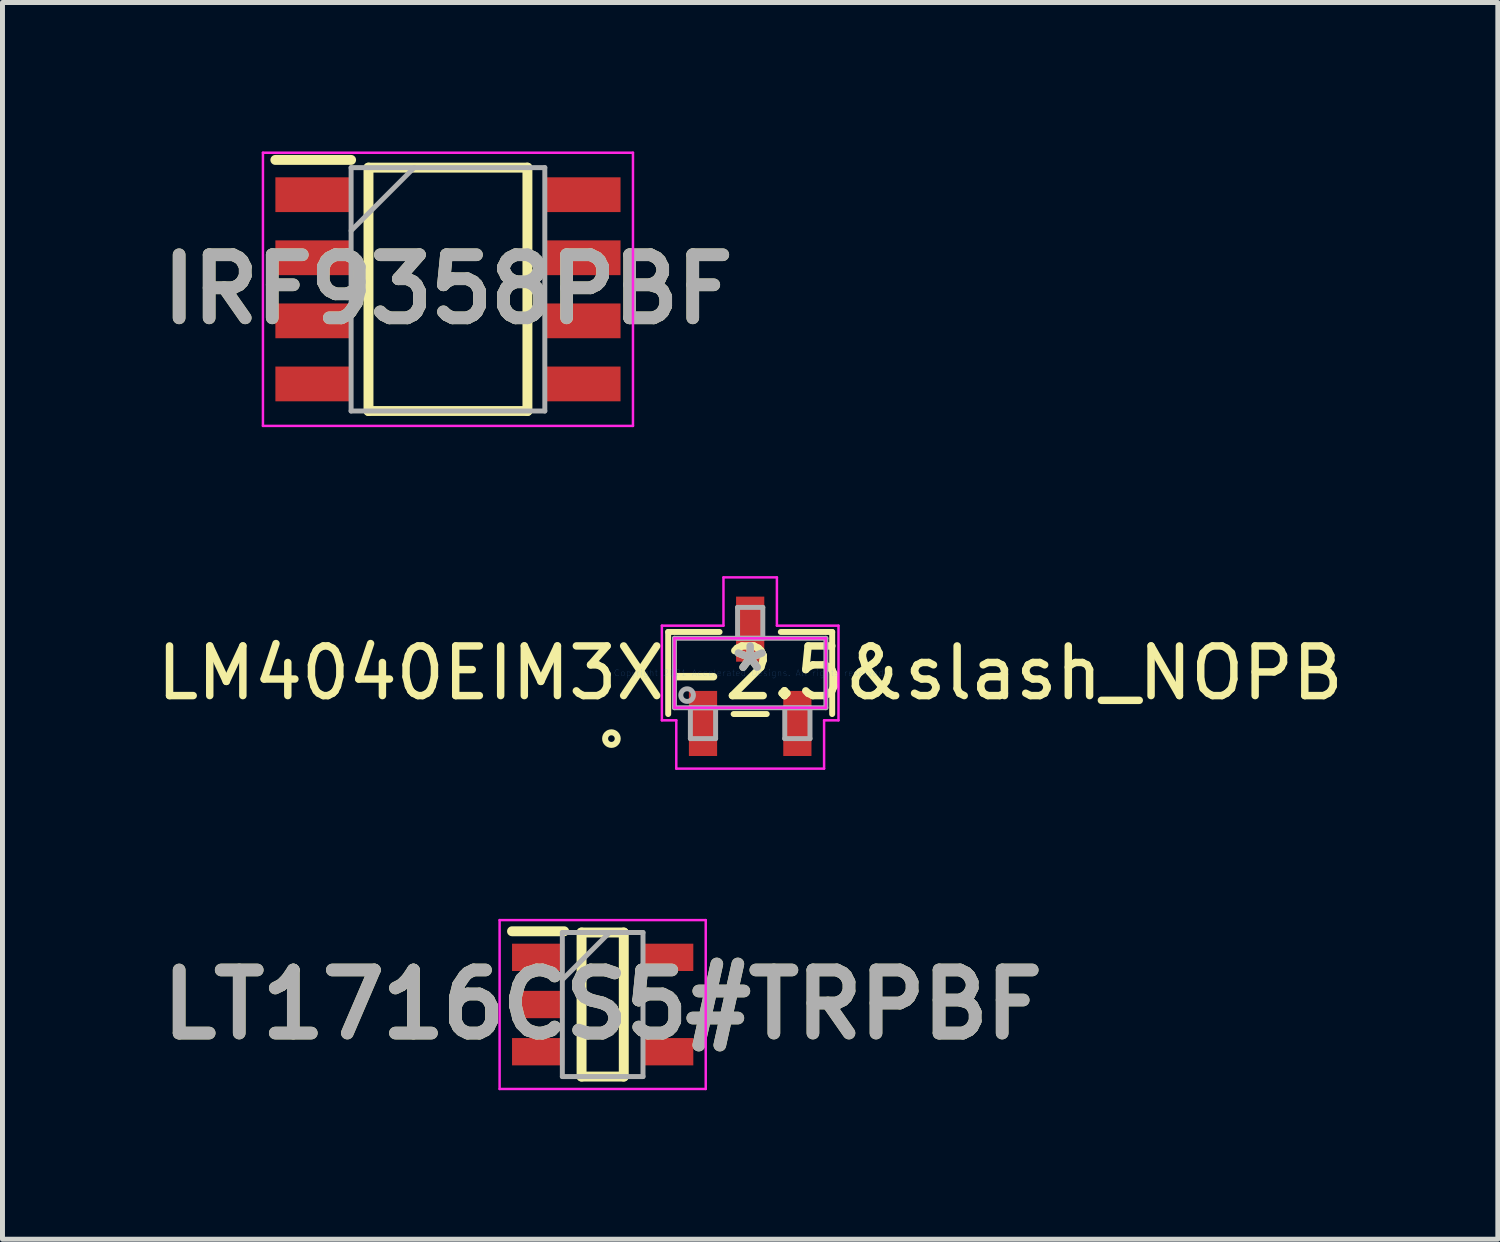
<source format=kicad_pcb>
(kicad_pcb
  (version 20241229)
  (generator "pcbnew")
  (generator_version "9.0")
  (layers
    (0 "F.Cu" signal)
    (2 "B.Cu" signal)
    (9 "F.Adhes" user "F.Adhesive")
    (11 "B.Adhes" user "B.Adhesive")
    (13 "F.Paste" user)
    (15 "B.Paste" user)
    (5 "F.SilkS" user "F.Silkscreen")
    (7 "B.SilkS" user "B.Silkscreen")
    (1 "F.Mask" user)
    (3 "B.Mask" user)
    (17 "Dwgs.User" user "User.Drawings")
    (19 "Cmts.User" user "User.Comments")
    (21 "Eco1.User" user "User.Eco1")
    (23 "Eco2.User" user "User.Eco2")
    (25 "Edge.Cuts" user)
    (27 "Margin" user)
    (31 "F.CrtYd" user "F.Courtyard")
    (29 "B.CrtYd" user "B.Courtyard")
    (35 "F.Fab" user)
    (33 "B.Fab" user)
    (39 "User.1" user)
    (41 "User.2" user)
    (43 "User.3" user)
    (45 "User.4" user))
  (footprint "IRF9358PBF"
    (layer "F.Cu")
    (at 5.969 2.775)
    (property "Reference" "IRF9358PBF" (at 0 0 0) (layer "F.SilkS") (effects (font (size 1.27 1.27) (thickness 0.254))))
    (attr smd)
    (fp_line (start -3.475 -2.605) (end -1.95 -2.605) (stroke (width 0.2) (type solid)) (layer "F.SilkS"))
    (fp_line (start -1.6 -2.45) (end 1.6 -2.45) (stroke (width 0.2) (type solid)) (layer "F.SilkS"))
    (fp_line (start -1.6 2.45) (end -1.6 -2.45) (stroke (width 0.2) (type solid)) (layer "F.SilkS"))
    (fp_line (start 1.6 -2.45) (end 1.6 2.45) (stroke (width 0.2) (type solid)) (layer "F.SilkS"))
    (fp_line (start 1.6 2.45) (end -1.6 2.45) (stroke (width 0.2) (type solid)) (layer "F.SilkS"))
    (fp_line (start -3.725 -2.75) (end 3.725 -2.75) (stroke (width 0.05) (type solid)) (layer "F.CrtYd"))
    (fp_line (start -3.725 2.75) (end -3.725 -2.75) (stroke (width 0.05) (type solid)) (layer "F.CrtYd"))
    (fp_line (start 3.725 -2.75) (end 3.725 2.75) (stroke (width 0.05) (type solid)) (layer "F.CrtYd"))
    (fp_line (start 3.725 2.75) (end -3.725 2.75) (stroke (width 0.05) (type solid)) (layer "F.CrtYd"))
    (fp_line (start -1.95 -2.45) (end 1.95 -2.45) (stroke (width 0.1) (type solid)) (layer "F.Fab"))
    (fp_line (start -1.95 -1.18) (end -0.68 -2.45) (stroke (width 0.1) (type solid)) (layer "F.Fab"))
    (fp_line (start -1.95 2.45) (end -1.95 -2.45) (stroke (width 0.1) (type solid)) (layer "F.Fab"))
    (fp_line (start 1.95 -2.45) (end 1.95 2.45) (stroke (width 0.1) (type solid)) (layer "F.Fab"))
    (fp_line (start 1.95 2.45) (end -1.95 2.45) (stroke (width 0.1) (type solid)) (layer "F.Fab"))
    (fp_text user "${REFERENCE}" (at 0 0 0) (layer "F.Fab") (effects (font (size 1.27 1.27) (thickness 0.254))))
    (pad "1" smd rect (at -2.712 -1.905 90) (size 0.7 1.525) (layers "F.Cu" "F.Mask" "F.Paste"))
    (pad "2" smd rect (at -2.712 -0.635 90) (size 0.7 1.525) (layers "F.Cu" "F.Mask" "F.Paste"))
    (pad "3" smd rect (at -2.712 0.635 90) (size 0.7 1.525) (layers "F.Cu" "F.Mask" "F.Paste"))
    (pad "4" smd rect (at -2.712 1.905 90) (size 0.7 1.525) (layers "F.Cu" "F.Mask" "F.Paste"))
    (pad "5" smd rect (at 2.712 1.905 90) (size 0.7 1.525) (layers "F.Cu" "F.Mask" "F.Paste"))
    (pad "6" smd rect (at 2.712 0.635 90) (size 0.7 1.525) (layers "F.Cu" "F.Mask" "F.Paste"))
    (pad "7" smd rect (at 2.712 -0.635 90) (size 0.7 1.525) (layers "F.Cu" "F.Mask" "F.Paste"))
    (pad "8" smd rect (at 2.712 -1.905 90) (size 0.7 1.525) (layers "F.Cu" "F.Mask" "F.Paste")))
  (footprint "LT1716CS5#TRPBF"
    (layer "F.Cu")
    (at 9.084 17.175)
    (property "Reference" "LT1716CS5#TRPBF" (at 0 0 0) (layer "F.SilkS") (effects (font (size 1.27 1.27) (thickness 0.254))))
    (attr smd)
    (fp_line (start -1.825 -1.475) (end -0.775 -1.475) (stroke (width 0.2) (type solid)) (layer "F.SilkS"))
    (fp_line (start -0.425 -1.45) (end 0.425 -1.45) (stroke (width 0.2) (type solid)) (layer "F.SilkS"))
    (fp_line (start -0.425 1.45) (end -0.425 -1.45) (stroke (width 0.2) (type solid)) (layer "F.SilkS"))
    (fp_line (start 0.425 -1.45) (end 0.425 1.45) (stroke (width 0.2) (type solid)) (layer "F.SilkS"))
    (fp_line (start 0.425 1.45) (end -0.425 1.45) (stroke (width 0.2) (type solid)) (layer "F.SilkS"))
    (fp_line (start -2.075 -1.7) (end 2.075 -1.7) (stroke (width 0.05) (type solid)) (layer "F.CrtYd"))
    (fp_line (start -2.075 1.7) (end -2.075 -1.7) (stroke (width 0.05) (type solid)) (layer "F.CrtYd"))
    (fp_line (start 2.075 -1.7) (end 2.075 1.7) (stroke (width 0.05) (type solid)) (layer "F.CrtYd"))
    (fp_line (start 2.075 1.7) (end -2.075 1.7) (stroke (width 0.05) (type solid)) (layer "F.CrtYd"))
    (fp_line (start -0.812 -1.45) (end 0.812 -1.45) (stroke (width 0.1) (type solid)) (layer "F.Fab"))
    (fp_line (start -0.812 -0.5) (end 0.138 -1.45) (stroke (width 0.1) (type solid)) (layer "F.Fab"))
    (fp_line (start -0.812 1.45) (end -0.812 -1.45) (stroke (width 0.1) (type solid)) (layer "F.Fab"))
    (fp_line (start 0.812 -1.45) (end 0.812 1.45) (stroke (width 0.1) (type solid)) (layer "F.Fab"))
    (fp_line (start 0.812 1.45) (end -0.812 1.45) (stroke (width 0.1) (type solid)) (layer "F.Fab"))
    (fp_text user "${REFERENCE}" (at 0 0 0) (layer "F.Fab") (effects (font (size 1.27 1.27) (thickness 0.254))))
    (pad "1" smd rect (at -1.3 -0.95 90) (size 0.55 1.05) (layers "F.Cu" "F.Mask" "F.Paste"))
    (pad "2" smd rect (at -1.3 0 90) (size 0.55 1.05) (layers "F.Cu" "F.Mask" "F.Paste"))
    (pad "3" smd rect (at -1.3 0.95 90) (size 0.55 1.05) (layers "F.Cu" "F.Mask" "F.Paste"))
    (pad "4" smd rect (at 1.3 0.95 90) (size 0.55 1.05) (layers "F.Cu" "F.Mask" "F.Paste"))
    (pad "5" smd rect (at 1.3 -0.95 90) (size 0.55 1.05) (layers "F.Cu" "F.Mask" "F.Paste")))
  (footprint "LM4040EIM3X-2.5&slash_NOPB"
    (layer "F.Cu")
    (at 12.054 10.5)
    (property "Reference" "LM4040EIM3X-2.5&slash_NOPB" (at 0 0 0) (layer "F.SilkS") (effects (font (size 1 1) (thickness 0.15))))
    (attr through_hole)
    (fp_line (start -1.651 -0.826) (end -1.651 0.826) (stroke (width 0.12) (type solid)) (layer "F.SilkS"))
    (fp_line (start -0.617 -0.826) (end -1.651 -0.826) (stroke (width 0.12) (type solid)) (layer "F.SilkS"))
    (fp_line (start -0.333 0.826) (end 0.333 0.826) (stroke (width 0.12) (type solid)) (layer "F.SilkS"))
    (fp_line (start 1.651 -0.826) (end 0.617 -0.826) (stroke (width 0.12) (type solid)) (layer "F.SilkS"))
    (fp_line (start 1.651 0.826) (end 1.651 -0.826) (stroke (width 0.12) (type solid)) (layer "F.SilkS"))
    (fp_circle (center -2.794 1.321) (end -2.667 1.321) (stroke (width 0.12) (type solid)) (fill no) (layer "F.SilkS"))
    (fp_line (start -1.778 -0.953) (end -0.538 -0.953) (stroke (width 0.05) (type solid)) (layer "F.CrtYd"))
    (fp_line (start -1.778 0.953) (end -1.778 -0.953) (stroke (width 0.05) (type solid)) (layer "F.CrtYd"))
    (fp_line (start -1.524 -0.699) (end 1.524 -0.699) (stroke (width 0.05) (type solid)) (layer "F.CrtYd"))
    (fp_line (start -1.524 0.699) (end -1.524 -0.699) (stroke (width 0.05) (type solid)) (layer "F.CrtYd"))
    (fp_line (start -1.488 0.953) (end -1.778 0.953) (stroke (width 0.05) (type solid)) (layer "F.CrtYd"))
    (fp_line (start -1.488 1.925) (end -1.488 0.953) (stroke (width 0.05) (type solid)) (layer "F.CrtYd"))
    (fp_line (start -0.538 -1.925) (end 0.538 -1.925) (stroke (width 0.05) (type solid)) (layer "F.CrtYd"))
    (fp_line (start -0.538 -0.953) (end -0.538 -1.925) (stroke (width 0.05) (type solid)) (layer "F.CrtYd"))
    (fp_line (start 0.538 -1.925) (end 0.538 -0.953) (stroke (width 0.05) (type solid)) (layer "F.CrtYd"))
    (fp_line (start 0.538 -0.953) (end 1.778 -0.953) (stroke (width 0.05) (type solid)) (layer "F.CrtYd"))
    (fp_line (start 1.488 0.953) (end 1.488 1.925) (stroke (width 0.05) (type solid)) (layer "F.CrtYd"))
    (fp_line (start 1.488 1.925) (end -1.488 1.925) (stroke (width 0.05) (type solid)) (layer "F.CrtYd"))
    (fp_line (start 1.524 -0.699) (end 1.524 0.699) (stroke (width 0.05) (type solid)) (layer "F.CrtYd"))
    (fp_line (start 1.524 0.699) (end -1.524 0.699) (stroke (width 0.05) (type solid)) (layer "F.CrtYd"))
    (fp_line (start 1.778 -0.953) (end 1.778 0.953) (stroke (width 0.05) (type solid)) (layer "F.CrtYd"))
    (fp_line (start 1.778 0.953) (end 1.488 0.953) (stroke (width 0.05) (type solid)) (layer "F.CrtYd"))
    (fp_line (start -1.524 -0.699) (end -1.524 0.699) (stroke (width 0.1) (type solid)) (layer "F.Fab"))
    (fp_line (start -1.524 0.699) (end 1.524 0.699) (stroke (width 0.1) (type solid)) (layer "F.Fab"))
    (fp_line (start -1.204 0.699) (end -1.204 1.321) (stroke (width 0.1) (type solid)) (layer "F.Fab"))
    (fp_line (start -1.204 1.321) (end -0.696 1.321) (stroke (width 0.1) (type solid)) (layer "F.Fab"))
    (fp_line (start -0.696 0.699) (end -1.204 0.699) (stroke (width 0.1) (type solid)) (layer "F.Fab"))
    (fp_line (start -0.696 1.321) (end -0.696 0.699) (stroke (width 0.1) (type solid)) (layer "F.Fab"))
    (fp_line (start -0.254 -1.321) (end -0.254 -0.699) (stroke (width 0.1) (type solid)) (layer "F.Fab"))
    (fp_line (start -0.254 -0.699) (end 0.254 -0.699) (stroke (width 0.1) (type solid)) (layer "F.Fab"))
    (fp_line (start 0.254 -1.321) (end -0.254 -1.321) (stroke (width 0.1) (type solid)) (layer "F.Fab"))
    (fp_line (start 0.254 -0.699) (end 0.254 -1.321) (stroke (width 0.1) (type solid)) (layer "F.Fab"))
    (fp_line (start 0.696 0.699) (end 0.696 1.321) (stroke (width 0.1) (type solid)) (layer "F.Fab"))
    (fp_line (start 0.696 1.321) (end 1.204 1.321) (stroke (width 0.1) (type solid)) (layer "F.Fab"))
    (fp_line (start 1.204 0.699) (end 0.696 0.699) (stroke (width 0.1) (type solid)) (layer "F.Fab"))
    (fp_line (start 1.204 1.321) (end 1.204 0.699) (stroke (width 0.1) (type solid)) (layer "F.Fab"))
    (fp_line (start 1.524 -0.699) (end -1.524 -0.699) (stroke (width 0.1) (type solid)) (layer "F.Fab"))
    (fp_line (start 1.524 0.699) (end 1.524 -0.699) (stroke (width 0.1) (type solid)) (layer "F.Fab"))
    (fp_circle (center -1.27 0.445) (end -1.143 0.445) (stroke (width 0.1) (type solid)) (fill no) (layer "F.Fab"))
    (fp_text user "*" (at 0 0 0) (layer "F.SilkS") (effects (font (size 1 1) (thickness 0.15))))
    (fp_text user "Copyright 2021 Accelerated Designs. All rights reserved." (at 0 0 0) (layer "Cmts.User") (effects (font (size 0.127 0.127) (thickness 0.002))))
    (fp_text user "*" (at 0 0 0) (layer "F.Fab") (effects (font (size 1 1) (thickness 0.15))))
    (pad "1" smd rect (at -0.95 1.016) (size 0.568 1.31) (layers "F.Cu" "F.Mask" "F.Paste"))
    (pad "2" smd rect (at 0.95 1.016) (size 0.568 1.31) (layers "F.Cu" "F.Mask" "F.Paste"))
    (pad "3" smd rect (at 0 -0.883) (size 0.568 1.31) (layers "F.Cu" "F.Mask" "F.Paste")))
  (gr_rect
    (start -3 -3)
    (end 27.107 21.9)
    (stroke (width 0.1) (type default))
    (fill no)
    (layer "Edge.Cuts")))
</source>
